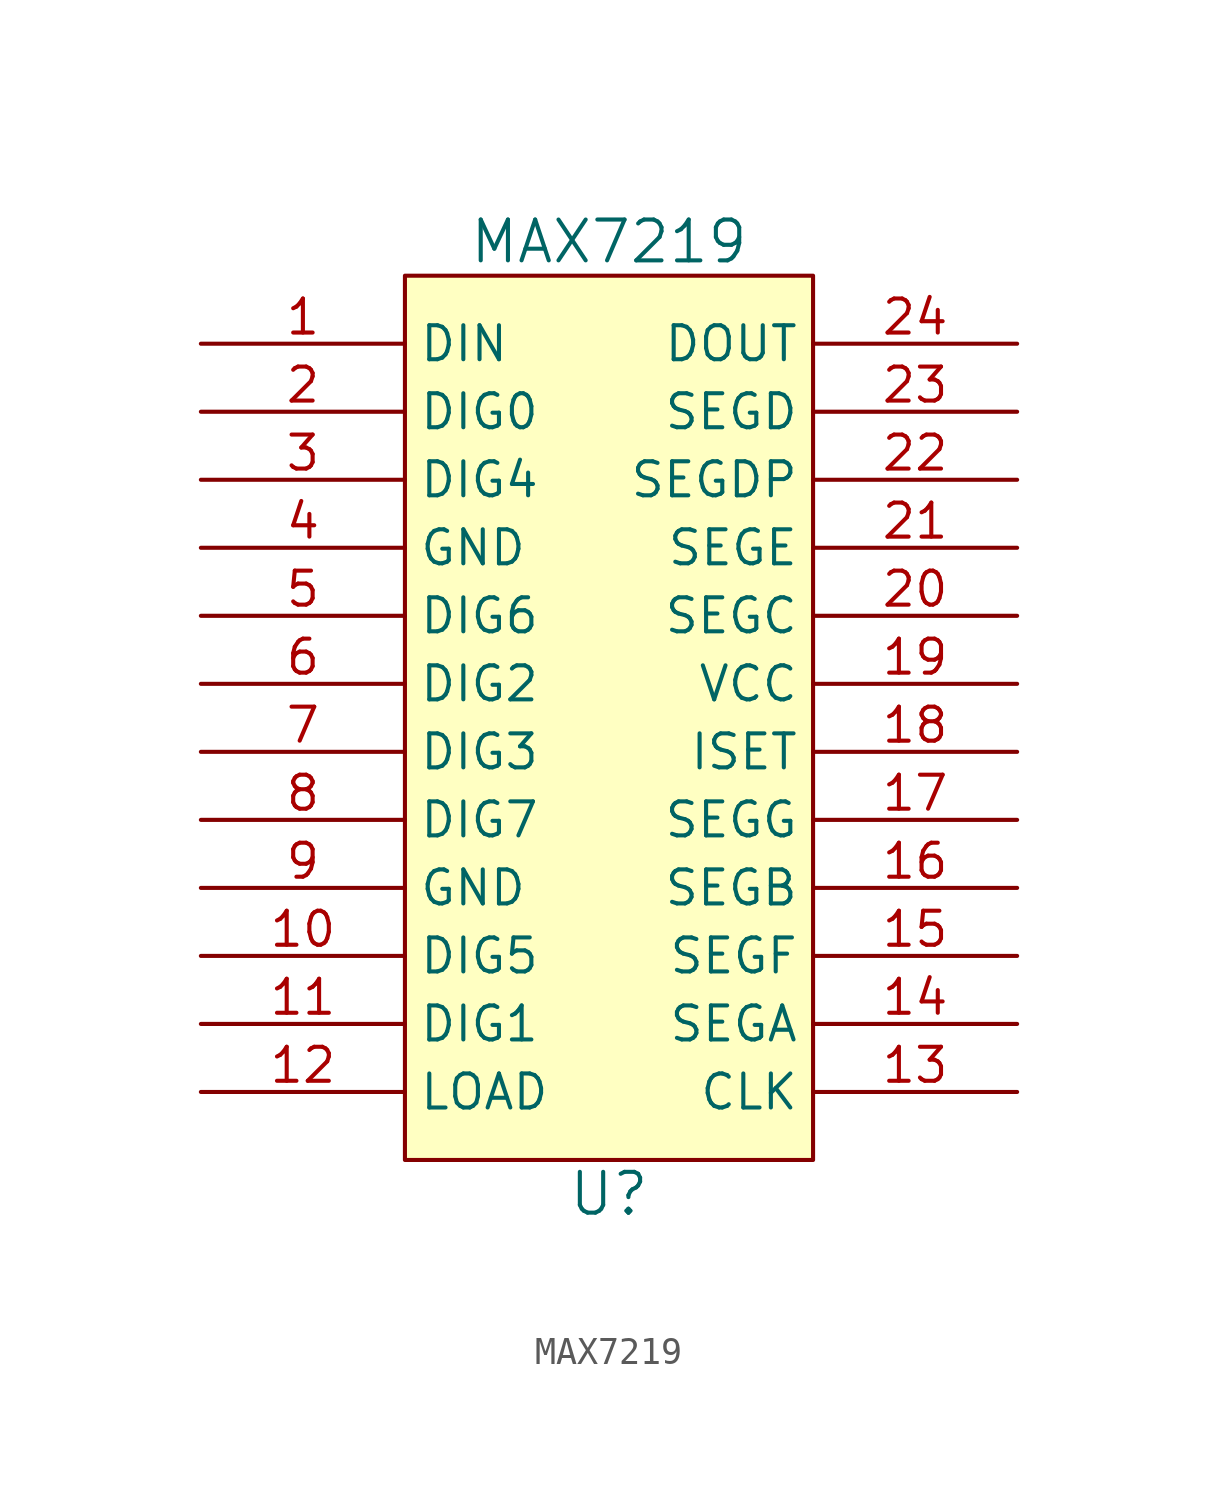
<source format=kicad_sym>
(kicad_symbol_lib
  (version 20220914)
  (generator kicad_symbol_editor)
  (symbol "MAX7219"
    (property "Reference" "U"
      (at 0 -17.78 0)
      (effects (font (size 1.524 1.524))))
    (property "Value" "MAX7219"
      (at 0 17.78 0)
      (effects (font (size 1.524 1.524))))
    (property "Footprint" ""
      (at 15.24 0 0)
      (effects (font (size 1.524 1.524))))
    (property "Datasheet" ""
      (at 15.24 0 0)
      (effects (font (size 1.524 1.524))))
    (symbol "MAX7219_0_1"
      (rectangle (start -7.62 16.51) (end 7.62 -16.51) (stroke (width 0) (type default)) (fill (type background))))
    (symbol "MAX7219_1_1"
      (pin input line (at -15.24 13.97 0) (length 7.62) (name "DIN" (effects (font (size 1.27 1.27)))) (number "1" (effects (font (size 1.27 1.27)))))
      (pin input line (at -15.24 -8.89 0) (length 7.62) (name "DIG5" (effects (font (size 1.27 1.27)))) (number "10" (effects (font (size 1.27 1.27)))))
      (pin input line (at -15.24 -11.43 0) (length 7.62) (name "DIG1" (effects (font (size 1.27 1.27)))) (number "11" (effects (font (size 1.27 1.27)))))
      (pin input line (at -15.24 -13.97 0) (length 7.62) (name "LOAD" (effects (font (size 1.27 1.27)))) (number "12" (effects (font (size 1.27 1.27)))))
      (pin input line (at 15.24 -13.97 180) (length 7.62) (name "CLK" (effects (font (size 1.27 1.27)))) (number "13" (effects (font (size 1.27 1.27)))))
      (pin input line (at 15.24 -11.43 180) (length 7.62) (name "SEGA" (effects (font (size 1.27 1.27)))) (number "14" (effects (font (size 1.27 1.27)))))
      (pin input line (at 15.24 -8.89 180) (length 7.62) (name "SEGF" (effects (font (size 1.27 1.27)))) (number "15" (effects (font (size 1.27 1.27)))))
      (pin input line (at 15.24 -6.35 180) (length 7.62) (name "SEGB" (effects (font (size 1.27 1.27)))) (number "16" (effects (font (size 1.27 1.27)))))
      (pin input line (at 15.24 -3.81 180) (length 7.62) (name "SEGG" (effects (font (size 1.27 1.27)))) (number "17" (effects (font (size 1.27 1.27)))))
      (pin input line (at 15.24 -1.27 180) (length 7.62) (name "ISET" (effects (font (size 1.27 1.27)))) (number "18" (effects (font (size 1.27 1.27)))))
      (pin power_in line (at 15.24 1.27 180) (length 7.62) (name "VCC" (effects (font (size 1.27 1.27)))) (number "19" (effects (font (size 1.27 1.27)))))
      (pin input line (at -15.24 11.43 0) (length 7.62) (name "DIG0" (effects (font (size 1.27 1.27)))) (number "2" (effects (font (size 1.27 1.27)))))
      (pin input line (at 15.24 3.81 180) (length 7.62) (name "SEGC" (effects (font (size 1.27 1.27)))) (number "20" (effects (font (size 1.27 1.27)))))
      (pin input line (at 15.24 6.35 180) (length 7.62) (name "SEGE" (effects (font (size 1.27 1.27)))) (number "21" (effects (font (size 1.27 1.27)))))
      (pin input line (at 15.24 8.89 180) (length 7.62) (name "SEGDP" (effects (font (size 1.27 1.27)))) (number "22" (effects (font (size 1.27 1.27)))))
      (pin input line (at 15.24 11.43 180) (length 7.62) (name "SEGD" (effects (font (size 1.27 1.27)))) (number "23" (effects (font (size 1.27 1.27)))))
      (pin output line (at 15.24 13.97 180) (length 7.62) (name "DOUT" (effects (font (size 1.27 1.27)))) (number "24" (effects (font (size 1.27 1.27)))))
      (pin input line (at -15.24 8.89 0) (length 7.62) (name "DIG4" (effects (font (size 1.27 1.27)))) (number "3" (effects (font (size 1.27 1.27)))))
      (pin power_in line (at -15.24 6.35 0) (length 7.62) (name "GND" (effects (font (size 1.27 1.27)))) (number "4" (effects (font (size 1.27 1.27)))))
      (pin input line (at -15.24 3.81 0) (length 7.62) (name "DIG6" (effects (font (size 1.27 1.27)))) (number "5" (effects (font (size 1.27 1.27)))))
      (pin input line (at -15.24 1.27 0) (length 7.62) (name "DIG2" (effects (font (size 1.27 1.27)))) (number "6" (effects (font (size 1.27 1.27)))))
      (pin input line (at -15.24 -1.27 0) (length 7.62) (name "DIG3" (effects (font (size 1.27 1.27)))) (number "7" (effects (font (size 1.27 1.27)))))
      (pin input line (at -15.24 -3.81 0) (length 7.62) (name "DIG7" (effects (font (size 1.27 1.27)))) (number "8" (effects (font (size 1.27 1.27)))))
      (pin power_in line (at -15.24 -6.35 0) (length 7.62) (name "GND" (effects (font (size 1.27 1.27)))) (number "9" (effects (font (size 1.27 1.27))))))))
</source>
